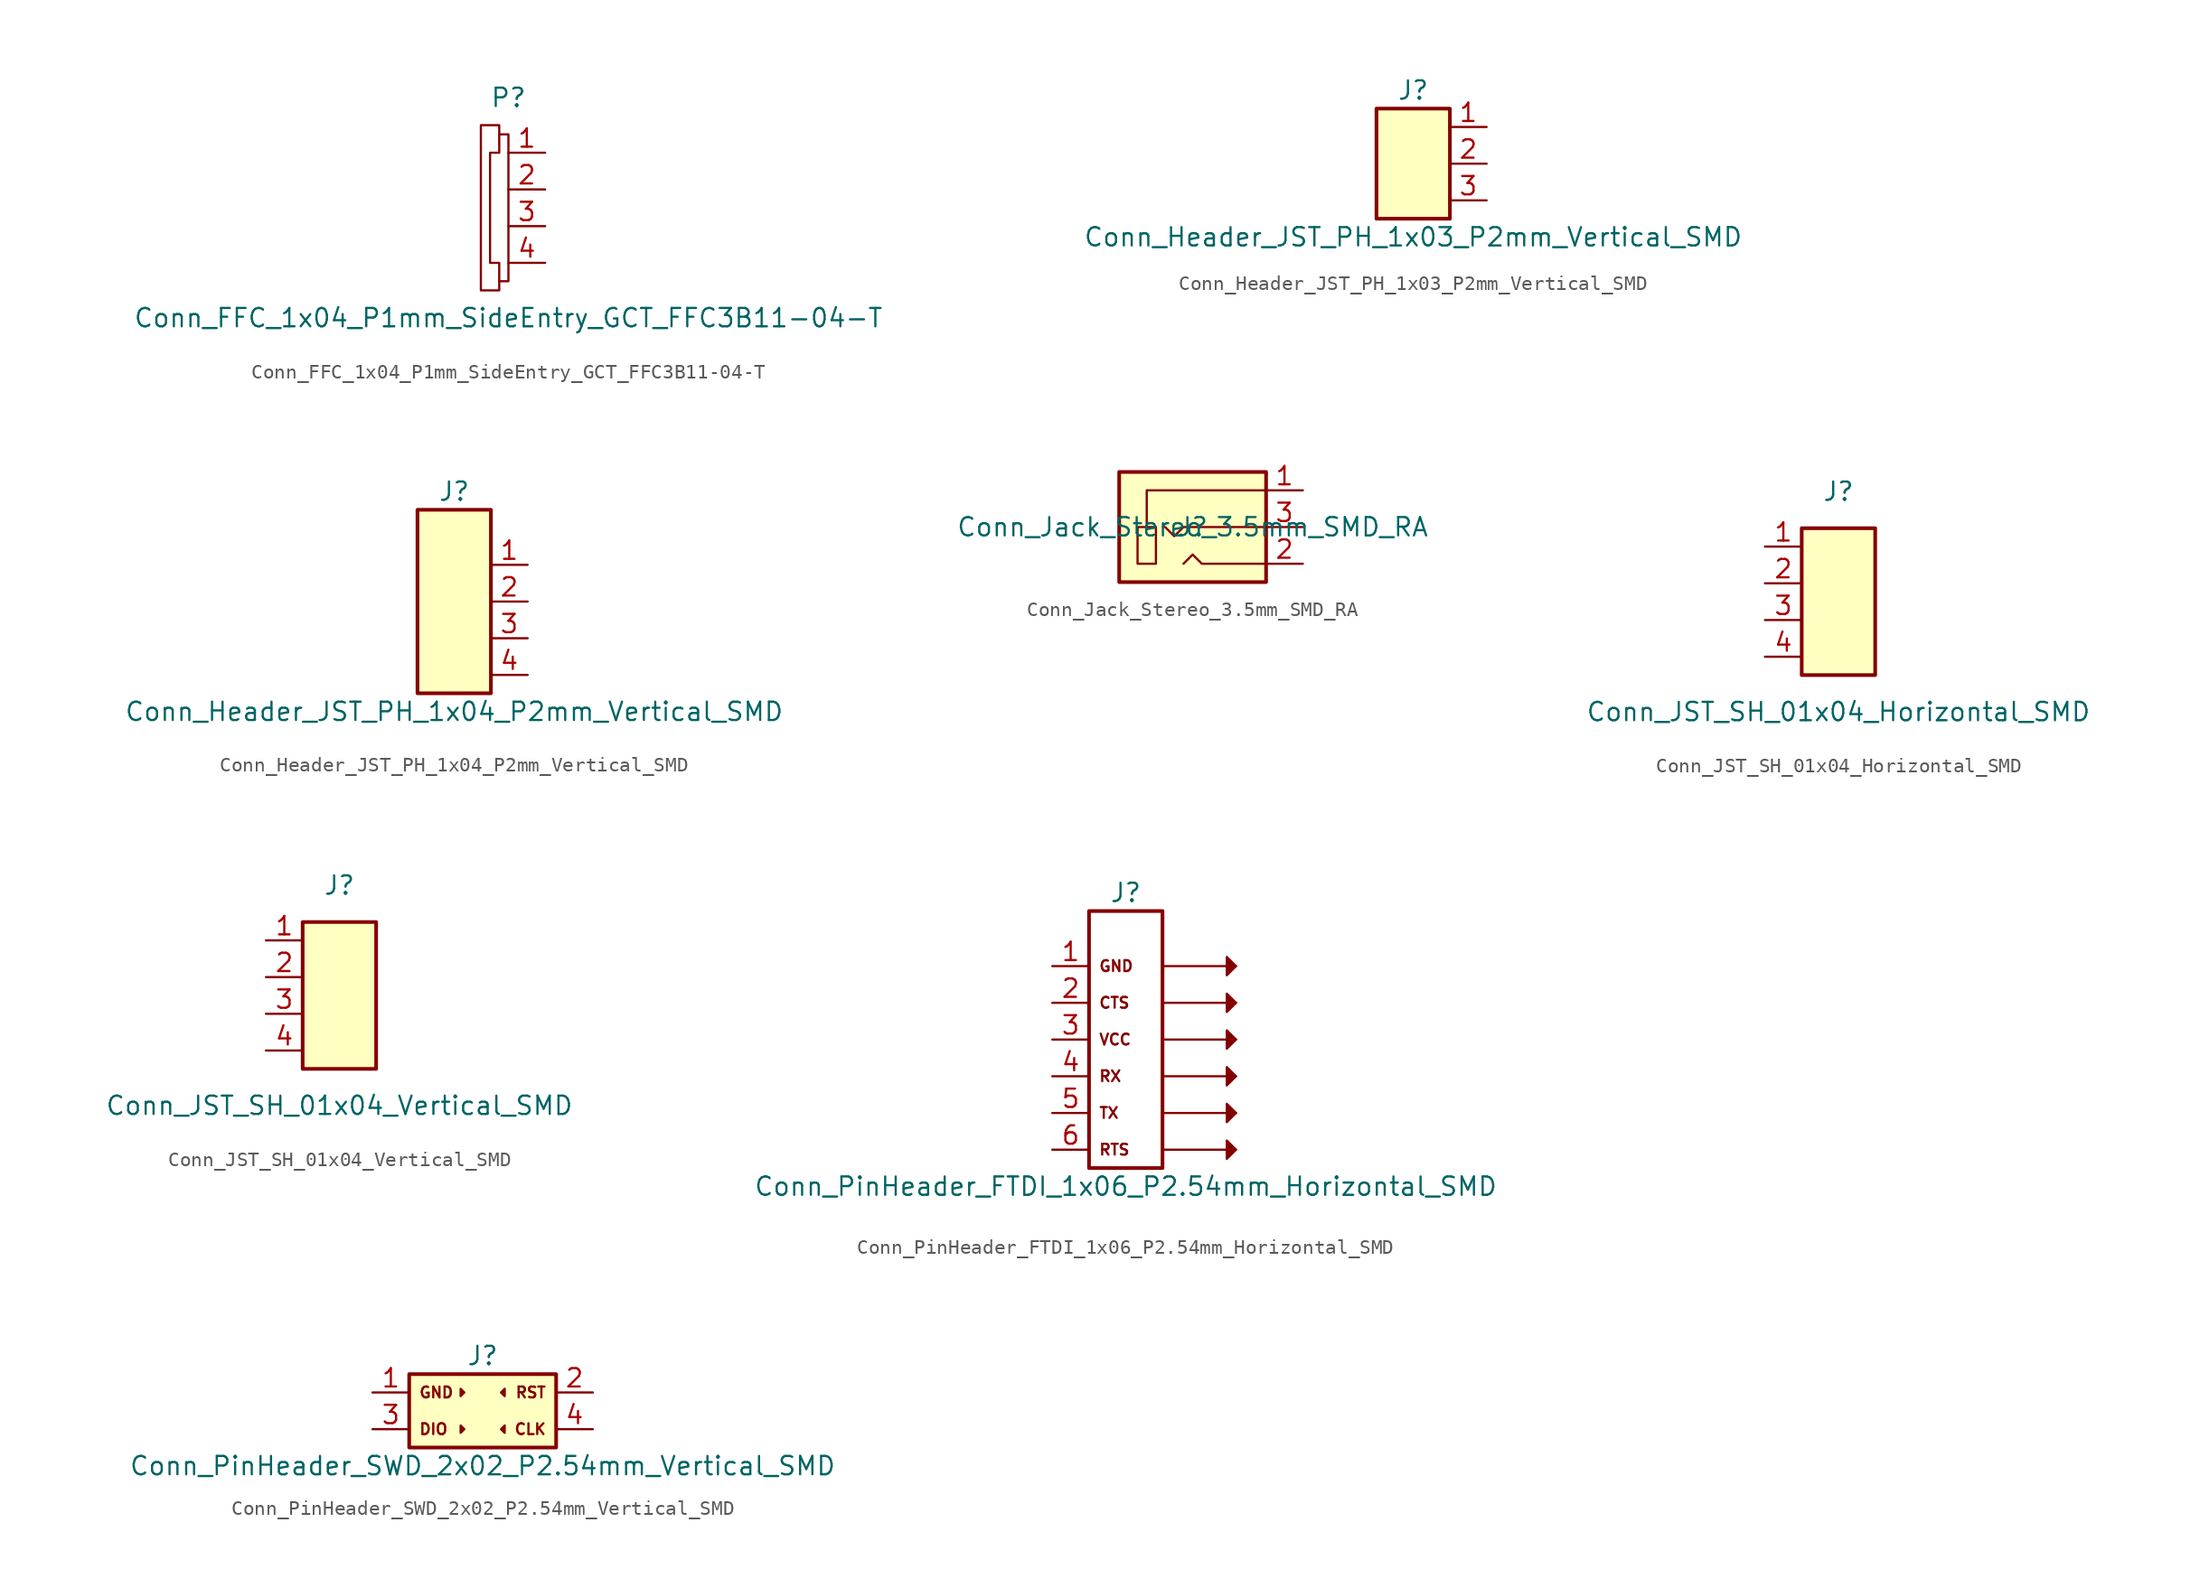
<source format=kicad_sym>
(kicad_symbol_lib
  (version 20231120)
  (generator "kicad_symbol_editor")
  (generator_version "8.0")
  (symbol "Conn_FFC_1x04_P1mm_SideEntry_GCT_FFC3B11-04-T"
    (property "Reference" "P"
      (at -2.54 7.62 0)
      (effects (font (size 1.27 1.27))))
    (property "Value" "Conn_FFC_1x04_P1mm_SideEntry_GCT_FFC3B11-04-T"
      (at -2.54 -7.62 0)
      (effects (font (size 1.27 1.27))))
    (symbol "Conn_FFC_1x04_P1mm_SideEntry_GCT_FFC3B11-04-T_1_1"
      (polyline (pts (xy -3.175 5.08) (xy -3.175 3.81) (xy -3.81 3.81) (xy -3.81 -3.81) (xy -3.175 -3.81) (xy -3.175 -5.08)) (stroke (width 0) (type default)) (fill (type none)))
      (polyline (pts (xy -2.54 5.08) (xy -3.175 5.08) (xy -3.175 5.715) (xy -4.445 5.715) (xy -4.445 -5.715) (xy -3.175 -5.715) (xy -3.175 -5.08) (xy -2.54 -5.08) (xy -2.54 5.08)) (stroke (width 0) (type default)) (fill (type none)))
      (pin passive line (at 0 3.81 180) (length 2.54) (name "" (effects (font (size 1.27 1.27)))) (number "1" (effects (font (size 1.27 1.27)))))
      (pin passive line (at 0 1.27 180) (length 2.54) (name "" (effects (font (size 1.27 1.27)))) (number "2" (effects (font (size 1.27 1.27)))))
      (pin passive line (at 0 -1.27 180) (length 2.54) (name "" (effects (font (size 1.27 1.27)))) (number "3" (effects (font (size 1.27 1.27)))))
      (pin passive line (at 0 -3.81 180) (length 2.54) (name "" (effects (font (size 1.27 1.27)))) (number "4" (effects (font (size 1.27 1.27)))))))
  (symbol "Conn_Header_JST_PH_1x03_P2mm_Vertical_SMD"
    (property "Reference" "J"
      (at 0 5.08 0)
      (effects (font (size 1.27 1.27))))
    (property "Value" "Conn_Header_JST_PH_1x03_P2mm_Vertical_SMD"
      (at 0 -5.08 0)
      (effects (font (size 1.27 1.27))))
    (symbol "Conn_Header_JST_PH_1x03_P2mm_Vertical_SMD_0_1"
      (rectangle (start -2.54 3.81) (end 2.54 -3.81) (stroke (width 0.254) (type default)) (fill (type background))))
    (symbol "Conn_Header_JST_PH_1x03_P2mm_Vertical_SMD_1_1"
      (pin passive line (at 5.08 2.54 180) (length 2.54) (name "~" (effects (font (size 1.27 1.27)))) (number "1" (effects (font (size 1.27 1.27)))))
      (pin passive line (at 5.08 0 180) (length 2.54) (name "~" (effects (font (size 1.27 1.27)))) (number "2" (effects (font (size 1.27 1.27)))))
      (pin passive line (at 5.08 -2.54 180) (length 2.54) (name "~" (effects (font (size 1.27 1.27)))) (number "3" (effects (font (size 1.27 1.27)))))))
  (symbol "Conn_Header_JST_PH_1x04_P2mm_Vertical_SMD"
    (property "Reference" "J"
      (at 0 7.62 0)
      (effects (font (size 1.27 1.27))))
    (property "Value" "Conn_Header_JST_PH_1x04_P2mm_Vertical_SMD"
      (at 0 -7.62 0)
      (effects (font (size 1.27 1.27))))
    (symbol "Conn_Header_JST_PH_1x04_P2mm_Vertical_SMD_0_1"
      (rectangle (start -2.54 6.35) (end 2.54 -6.35) (stroke (width 0.254) (type default)) (fill (type background))))
    (symbol "Conn_Header_JST_PH_1x04_P2mm_Vertical_SMD_1_1"
      (pin passive line (at 5.08 2.54 180) (length 2.54) (name "~" (effects (font (size 1.27 1.27)))) (number "1" (effects (font (size 1.27 1.27)))))
      (pin passive line (at 5.08 0 180) (length 2.54) (name "~" (effects (font (size 1.27 1.27)))) (number "2" (effects (font (size 1.27 1.27)))))
      (pin passive line (at 5.08 -2.54 180) (length 2.54) (name "~" (effects (font (size 1.27 1.27)))) (number "3" (effects (font (size 1.27 1.27)))))
      (pin passive line (at 5.08 -5.08 180) (length 2.54) (name "~" (effects (font (size 1.27 1.27)))) (number "4" (effects (font (size 1.27 1.27)))))))
  (symbol "Conn_Jack_Stereo_3.5mm_SMD_RA"
    (property "Reference" "J"
      (at 0 0 0)
      (effects (font (size 1.27 1.27))))
    (property "Value" "Conn_Jack_Stereo_3.5mm_SMD_RA"
      (at 0 0 0)
      (effects (font (size 1.27 1.27))))
    (symbol "Conn_Jack_Stereo_3.5mm_SMD_RA_0_1"
      (rectangle (start -5.08 3.81) (end 5.08 -3.81) (stroke (width 0.254) (type default)) (fill (type background)))
      (polyline (pts (xy 5.08 -2.54) (xy 0.635 -2.54) (xy 0 -1.905) (xy -0.635 -2.54)) (stroke (width 0) (type default)) (fill (type none)))
      (polyline (pts (xy 5.08 0) (xy -0.635 0) (xy -1.27 -0.635) (xy -1.905 0)) (stroke (width 0) (type default)) (fill (type none)))
      (polyline (pts (xy 5.08 2.54) (xy -3.175 2.54) (xy -3.175 0) (xy -3.81 0) (xy -3.81 -2.54) (xy -2.54 -2.54) (xy -2.54 0) (xy -3.175 0)) (stroke (width 0) (type default)) (fill (type none))))
    (symbol "Conn_Jack_Stereo_3.5mm_SMD_RA_1_1"
      (pin passive line (at 7.62 2.54 180) (length 2.54) (name "" (effects (font (size 1.27 1.27)))) (number "1" (effects (font (size 1.27 1.27)))))
      (pin passive line (at 7.62 -2.54 180) (length 2.54) (name "" (effects (font (size 1.27 1.27)))) (number "2" (effects (font (size 1.27 1.27)))))
      (pin passive line (at 7.62 0 180) (length 2.54) (name "" (effects (font (size 1.27 1.27)))) (number "3" (effects (font (size 1.27 1.27)))))))
  (symbol "Conn_JST_SH_01x04_Horizontal_SMD"
    (property "Reference" "J"
      (at 0 7.62 0)
      (effects (font (size 1.27 1.27))))
    (property "Value" "Conn_JST_SH_01x04_Horizontal_SMD"
      (at 0 -7.62 0)
      (effects (font (size 1.27 1.27))))
    (symbol "Conn_JST_SH_01x04_Horizontal_SMD_0_1"
      (rectangle (start -2.54 5.08) (end 2.54 -5.08) (stroke (width 0.254) (type default)) (fill (type background))))
    (symbol "Conn_JST_SH_01x04_Horizontal_SMD_1_1"
      (pin passive line (at -5.08 3.81 0) (length 2.54) (name "~" (effects (font (size 1.27 1.27)))) (number "1" (effects (font (size 1.27 1.27)))))
      (pin passive line (at -5.08 1.27 0) (length 2.54) (name "~" (effects (font (size 1.27 1.27)))) (number "2" (effects (font (size 1.27 1.27)))))
      (pin passive line (at -5.08 -1.27 0) (length 2.54) (name "~" (effects (font (size 1.27 1.27)))) (number "3" (effects (font (size 1.27 1.27)))))
      (pin passive line (at -5.08 -3.81 0) (length 2.54) (name "~" (effects (font (size 1.27 1.27)))) (number "4" (effects (font (size 1.27 1.27)))))))
  (symbol "Conn_JST_SH_01x04_Vertical_SMD"
    (property "Reference" "J"
      (at 0 7.62 0)
      (effects (font (size 1.27 1.27))))
    (property "Value" "Conn_JST_SH_01x04_Vertical_SMD"
      (at 0 -7.62 0)
      (effects (font (size 1.27 1.27))))
    (symbol "Conn_JST_SH_01x04_Vertical_SMD_0_1"
      (rectangle (start -2.54 5.08) (end 2.54 -5.08) (stroke (width 0.254) (type default)) (fill (type background))))
    (symbol "Conn_JST_SH_01x04_Vertical_SMD_1_1"
      (pin passive line (at -5.08 3.81 0) (length 2.54) (name "~" (effects (font (size 1.27 1.27)))) (number "1" (effects (font (size 1.27 1.27)))))
      (pin passive line (at -5.08 1.27 0) (length 2.54) (name "~" (effects (font (size 1.27 1.27)))) (number "2" (effects (font (size 1.27 1.27)))))
      (pin passive line (at -5.08 -1.27 0) (length 2.54) (name "~" (effects (font (size 1.27 1.27)))) (number "3" (effects (font (size 1.27 1.27)))))
      (pin passive line (at -5.08 -3.81 0) (length 2.54) (name "~" (effects (font (size 1.27 1.27)))) (number "4" (effects (font (size 1.27 1.27)))))))
  (symbol "Conn_PinHeader_FTDI_1x06_P2.54mm_Horizontal_SMD"
    (property "Reference" "J"
      (at 0 10.16 0)
      (effects (font (size 1.27 1.27))))
    (property "Value" "Conn_PinHeader_FTDI_1x06_P2.54mm_Horizontal_SMD"
      (at 0 -10.16 0)
      (effects (font (size 1.27 1.27))))
    (symbol "Conn_PinHeader_FTDI_1x06_P2.54mm_Horizontal_SMD_0_0"
      (polyline (pts (xy 2.54 -7.62) (xy 7.62 -7.62)) (stroke (width 0) (type default)) (fill (type none)))
      (polyline (pts (xy 2.54 -5.08) (xy 7.62 -5.08)) (stroke (width 0) (type default)) (fill (type none)))
      (polyline (pts (xy 2.54 -2.54) (xy 7.62 -2.54)) (stroke (width 0) (type default)) (fill (type none)))
      (polyline (pts (xy 2.54 0) (xy 7.62 0)) (stroke (width 0) (type default)) (fill (type none)))
      (polyline (pts (xy 2.54 2.54) (xy 7.62 2.54)) (stroke (width 0) (type default)) (fill (type none)))
      (polyline (pts (xy 2.54 5.08) (xy 7.62 5.08)) (stroke (width 0) (type default)) (fill (type none)))
      (polyline (pts (xy 6.985 -6.985) (xy 7.62 -7.62) (xy 6.985 -8.255) (xy 6.985 -6.985)) (stroke (width 0) (type default)) (fill (type outline)))
      (polyline (pts (xy 6.985 -4.445) (xy 7.62 -5.08) (xy 6.985 -5.715) (xy 6.985 -4.445)) (stroke (width 0) (type default)) (fill (type outline)))
      (polyline (pts (xy 6.985 -1.905) (xy 7.62 -2.54) (xy 6.985 -3.175) (xy 6.985 -1.905)) (stroke (width 0) (type default)) (fill (type outline)))
      (polyline (pts (xy 6.985 0.635) (xy 7.62 0) (xy 6.985 -0.635) (xy 6.985 0.635)) (stroke (width 0) (type default)) (fill (type outline)))
      (polyline (pts (xy 6.985 3.175) (xy 7.62 2.54) (xy 6.985 1.905) (xy 6.985 3.175)) (stroke (width 0) (type default)) (fill (type outline)))
      (polyline (pts (xy 6.985 5.715) (xy 7.62 5.08) (xy 6.985 4.445) (xy 6.985 5.715)) (stroke (width 0) (type default)) (fill (type outline)))
      (text "CTS" (at -1.905 2.54 0) (effects (font (size 0.75 0.75)) (justify left)))
      (text "GND" (at -1.905 5.08 0) (effects (font (size 0.75 0.75)) (justify left)))
      (text "RTS" (at -1.905 -7.62 0) (effects (font (size 0.75 0.75)) (justify left)))
      (text "RX" (at -1.905 -2.54 0) (effects (font (size 0.75 0.75)) (justify left)))
      (text "TX" (at -1.905 -5.08 0) (effects (font (size 0.75 0.75)) (justify left)))
      (text "VCC" (at -1.905 0 0) (effects (font (size 0.75 0.75)) (justify left))))
    (symbol "Conn_PinHeader_FTDI_1x06_P2.54mm_Horizontal_SMD_1_0"
      (rectangle (start -2.54 8.89) (end 2.54 -8.89) (stroke (width 0.254) (type default)) (fill (type none))))
    (symbol "Conn_PinHeader_FTDI_1x06_P2.54mm_Horizontal_SMD_1_1"
      (pin passive line (at -5.08 5.08 0) (length 2.54) (name "" (effects (font (size 1.27 1.27)))) (number "1" (effects (font (size 1.27 1.27)))))
      (pin passive line (at -5.08 2.54 0) (length 2.54) (name "" (effects (font (size 1.27 1.27)))) (number "2" (effects (font (size 1.27 1.27)))))
      (pin passive line (at -5.08 0 0) (length 2.54) (name "" (effects (font (size 1.27 1.27)))) (number "3" (effects (font (size 1.27 1.27)))))
      (pin passive line (at -5.08 -2.54 0) (length 2.54) (name "" (effects (font (size 1.27 1.27)))) (number "4" (effects (font (size 1.27 1.27)))))
      (pin passive line (at -5.08 -5.08 0) (length 2.54) (name "" (effects (font (size 1.27 1.27)))) (number "5" (effects (font (size 1.27 1.27)))))
      (pin passive line (at -5.08 -7.62 0) (length 2.54) (name "" (effects (font (size 1.27 1.27)))) (number "6" (effects (font (size 1.27 1.27)))))))
  (symbol "Conn_PinHeader_SWD_2x02_P2.54mm_Vertical_SMD"
    (property "Reference" "J"
      (at 0 3.81 0)
      (effects (font (size 1.27 1.27))))
    (property "Value" "Conn_PinHeader_SWD_2x02_P2.54mm_Vertical_SMD"
      (at 0 -3.81 0)
      (effects (font (size 1.27 1.27))))
    (symbol "Conn_PinHeader_SWD_2x02_P2.54mm_Vertical_SMD_0_0"
      (text "CLK" (at 4.445 -1.27 0) (effects (font (size 0.75 0.75)) (justify right)))
      (text "DIO" (at -4.445 -1.27 0) (effects (font (size 0.75 0.75)) (justify left)))
      (text "GND" (at -4.445 1.27 0) (effects (font (size 0.75 0.75)) (justify left)))
      (text "RST" (at 4.445 1.27 0) (effects (font (size 0.75 0.75)) (justify right))))
    (symbol "Conn_PinHeader_SWD_2x02_P2.54mm_Vertical_SMD_0_1"
      (polyline (pts (xy -1.524 -1.016) (xy -1.27 -1.27) (xy -1.524 -1.524) (xy -1.524 -1.016)) (stroke (width 0) (type default)) (fill (type outline)))
      (polyline (pts (xy -1.524 1.524) (xy -1.27 1.27) (xy -1.524 1.016) (xy -1.524 1.524)) (stroke (width 0) (type default)) (fill (type outline)))
      (polyline (pts (xy 1.524 -1.016) (xy 1.27 -1.27) (xy 1.524 -1.524) (xy 1.524 -1.016)) (stroke (width 0) (type default)) (fill (type outline)))
      (polyline (pts (xy 1.524 1.524) (xy 1.27 1.27) (xy 1.524 1.016) (xy 1.524 1.524)) (stroke (width 0) (type default)) (fill (type outline))))
    (symbol "Conn_PinHeader_SWD_2x02_P2.54mm_Vertical_SMD_1_1"
      (rectangle (start -5.08 2.54) (end 5.08 -2.54) (stroke (width 0.254) (type default)) (fill (type background)))
      (pin passive line (at -7.62 1.27 0) (length 2.54) (name "" (effects (font (size 1.27 1.27)))) (number "1" (effects (font (size 1.27 1.27)))))
      (pin passive line (at 7.62 1.27 180) (length 2.54) (name "" (effects (font (size 1.27 1.27)))) (number "2" (effects (font (size 1.27 1.27)))))
      (pin passive line (at -7.62 -1.27 0) (length 2.54) (name "" (effects (font (size 1.27 1.27)))) (number "3" (effects (font (size 1.27 1.27)))))
      (pin passive line (at 7.62 -1.27 180) (length 2.54) (name "" (effects (font (size 1.27 1.27)))) (number "4" (effects (font (size 1.27 1.27))))))))
</source>
